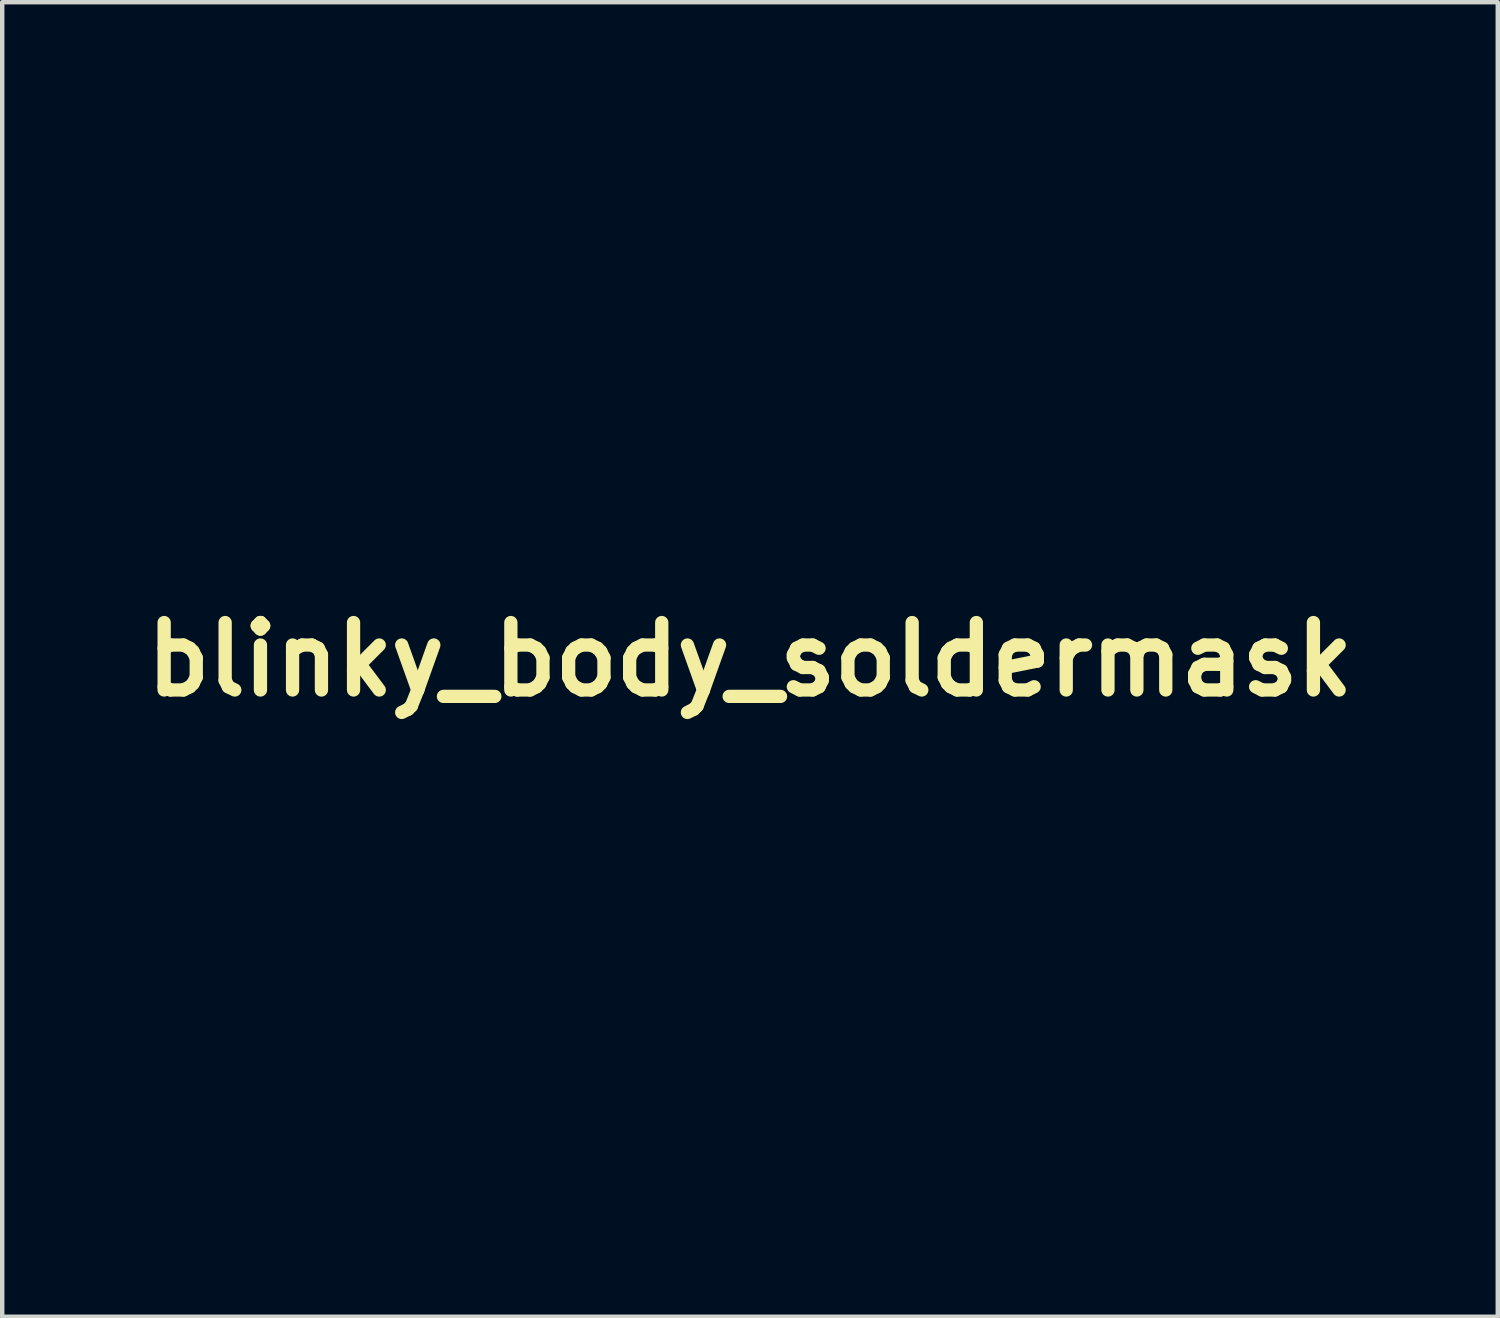
<source format=kicad_pcb>
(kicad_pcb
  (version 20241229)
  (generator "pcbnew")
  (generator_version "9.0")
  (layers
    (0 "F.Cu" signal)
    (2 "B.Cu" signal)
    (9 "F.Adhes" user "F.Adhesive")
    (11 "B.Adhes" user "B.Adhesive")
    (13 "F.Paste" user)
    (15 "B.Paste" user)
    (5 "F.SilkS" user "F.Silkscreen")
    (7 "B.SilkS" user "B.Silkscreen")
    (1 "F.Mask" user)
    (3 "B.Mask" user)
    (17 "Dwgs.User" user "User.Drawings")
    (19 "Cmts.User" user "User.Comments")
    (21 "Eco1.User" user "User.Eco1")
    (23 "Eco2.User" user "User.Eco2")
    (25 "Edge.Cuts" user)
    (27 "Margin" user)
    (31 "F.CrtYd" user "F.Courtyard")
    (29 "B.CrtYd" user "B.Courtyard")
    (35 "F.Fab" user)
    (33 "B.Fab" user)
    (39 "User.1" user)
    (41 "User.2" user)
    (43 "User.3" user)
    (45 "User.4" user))
  (footprint "blinky_body_soldermask"
    (layer "F.Cu")
    (at 13.905 11.858)
    (property "Reference" "blinky_body_soldermask" (at 0 0 0) (layer "F.SilkS") (effects (font (size 1.524 1.524) (thickness 0.3))))
    (attr through_hole)
    (fp_poly (pts (xy -8.467 -5.08) (xy -10.16 -5.08) (xy -10.16 -6.773) (xy -8.467 -6.773) (xy -8.467 -5.08)) (stroke (width 0.01) (type solid)) (fill yes) (layer "F.Mask"))
    (fp_poly (pts (xy -8.467 -8.467) (xy -6.773 -8.467) (xy -6.773 -10.16) (xy -3.387 -10.16) (xy -3.387 -11.853) (xy 3.387 -11.853) (xy 3.387 -10.16) (xy 6.773 -10.16) (xy 6.773 -8.467) (xy 8.467 -8.467) (xy 8.467 -6.773) (xy 10.16 -6.773) (xy 10.16 -1.693) (xy 11.853 -1.693) (xy 11.853 11.853) (xy 10.16 11.853) (xy 10.16 10.16) (xy 8.467 10.16) (xy 8.467 8.467) (xy 6.773 8.467) (xy 6.773 10.16) (xy 5.08 10.16) (xy 5.08 11.853) (xy 1.693 11.853) (xy 1.693 8.467) (xy -1.693 8.467) (xy -1.693 11.853) (xy -5.08 11.853) (xy -5.08 10.16) (xy -6.773 10.16) (xy -6.773 8.467) (xy -8.467 8.467) (xy -8.467 10.16) (xy -10.16 10.16) (xy -10.16 11.853) (xy -11.853 11.853) (xy -11.853 -1.693) (xy -10.16 -1.693) (xy -10.16 0) (xy -8.467 0) (xy -8.467 1.693) (xy -5.08 1.693) (xy -5.08 0) (xy -3.387 0) (xy -3.387 -5.08) (xy 0 -5.08) (xy 0 0) (xy 1.693 0) (xy 1.693 1.693) (xy 5.08 1.693) (xy 5.08 0) (xy 6.773 0) (xy 6.773 -5.08) (xy 5.08 -5.08) (xy 5.08 -6.773) (xy 1.693 -6.773) (xy 1.693 -5.08) (xy 0 -5.08) (xy -3.387 -5.08) (xy -5.08 -5.08) (xy -5.08 -6.773) (xy -8.467 -6.773) (xy -8.467 -8.467)) (stroke (width 0.01) (type solid)) (fill yes) (layer "F.Mask")))
  (gr_rect
    (start -3 -3)
    (end 30.809 26.717)
    (stroke (width 0.1) (type default))
    (fill no)
    (layer "Edge.Cuts")))
</source>
